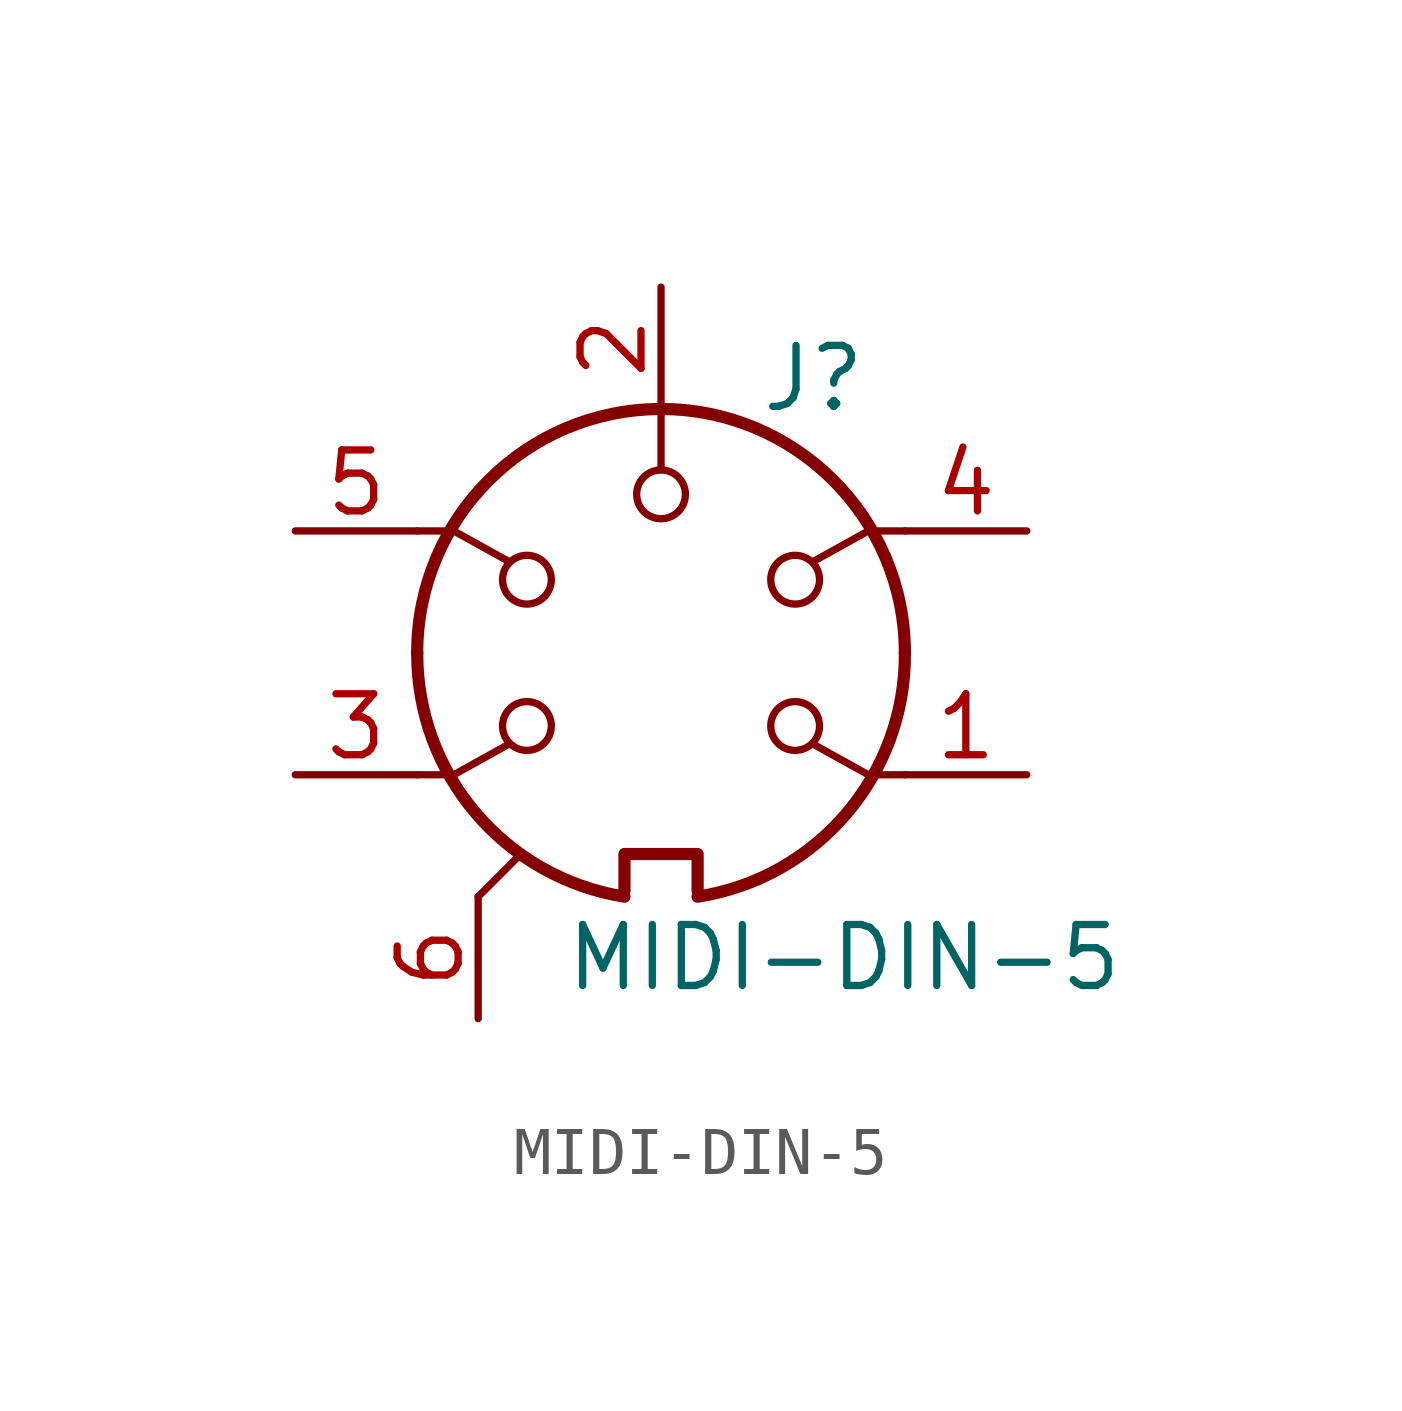
<source format=kicad_sym>
(kicad_symbol_lib
  (version 20220914)
  (generator kicad_symbol_editor)
  (symbol "MIDI-DIN-5"
    (pin_names
      (offset 1.016))
    (property "Reference" "J"
      (at 3.175 5.715 0)
      (effects (font (size 1.27 1.27))))
    (property "Value" "MIDI-DIN-5"
      (at 3.81 -6.35 0)
      (effects (font (size 1.27 1.27))))
    (symbol "MIDI-DIN-5_0_1"
      (arc (start -5.08 0) (mid -3.8609 -3.3364) (end -0.762 -5.08) (stroke (width 0.254) (type default)) (fill (type none)))
      (circle (center -2.794 -1.524) (radius 0.508) (stroke (width 0) (type default)) (fill (type none)))
      (circle (center -2.794 1.524) (radius 0.508) (stroke (width 0) (type default)) (fill (type none)))
      (polyline (pts (xy -3.81 -5.08) (xy -2.921 -4.191)) (stroke (width 0) (type default)) (fill (type none)))
      (polyline (pts (xy 0 5.08) (xy 0 3.81)) (stroke (width 0) (type default)) (fill (type none)))
      (polyline (pts (xy -5.08 -2.54) (xy -4.318 -2.54) (xy -3.175 -1.905)) (stroke (width 0) (type default)) (fill (type none)))
      (polyline (pts (xy -5.08 2.54) (xy -4.318 2.54) (xy -3.175 1.905)) (stroke (width 0) (type default)) (fill (type none)))
      (polyline (pts (xy 5.08 -2.54) (xy 4.318 -2.54) (xy 3.175 -1.905)) (stroke (width 0) (type default)) (fill (type none)))
      (polyline (pts (xy 5.08 2.54) (xy 4.318 2.54) (xy 3.175 1.905)) (stroke (width 0) (type default)) (fill (type none)))
      (polyline (pts (xy -0.762 -4.953) (xy -0.762 -4.191) (xy 0.762 -4.191) (xy 0.762 -4.953)) (stroke (width 0.254) (type default)) (fill (type none)))
      (circle (center 0 3.302) (radius 0.508) (stroke (width 0) (type default)) (fill (type none)))
      (arc (start 0.762 -5.08) (mid 3.8685 -3.343) (end 5.08 0) (stroke (width 0.254) (type default)) (fill (type none)))
      (circle (center 2.794 -1.524) (radius 0.508) (stroke (width 0) (type default)) (fill (type none)))
      (circle (center 2.794 1.524) (radius 0.508) (stroke (width 0) (type default)) (fill (type none)))
      (arc (start 5.08 0) (mid 0 5.0579) (end -5.08 0) (stroke (width 0.254) (type default)) (fill (type none))))
    (symbol "MIDI-DIN-5_1_1"
      (pin passive line (at 7.62 -2.54 180) (length 2.54) (name "~" (effects (font (size 1.27 1.27)))) (number "1" (effects (font (size 1.27 1.27)))))
      (pin passive line (at 0 7.62 270) (length 2.54) (name "~" (effects (font (size 1.27 1.27)))) (number "2" (effects (font (size 1.27 1.27)))))
      (pin passive line (at -7.62 -2.54 0) (length 2.54) (name "~" (effects (font (size 1.27 1.27)))) (number "3" (effects (font (size 1.27 1.27)))))
      (pin passive line (at 7.62 2.54 180) (length 2.54) (name "~" (effects (font (size 1.27 1.27)))) (number "4" (effects (font (size 1.27 1.27)))))
      (pin passive line (at -7.62 2.54 0) (length 2.54) (name "~" (effects (font (size 1.27 1.27)))) (number "5" (effects (font (size 1.27 1.27)))))
      (pin passive line (at -3.81 -7.62 90) (length 2.54) (name "" (effects (font (size 1.27 1.27)))) (number "6" (effects (font (size 1.27 1.27))))))))
</source>
